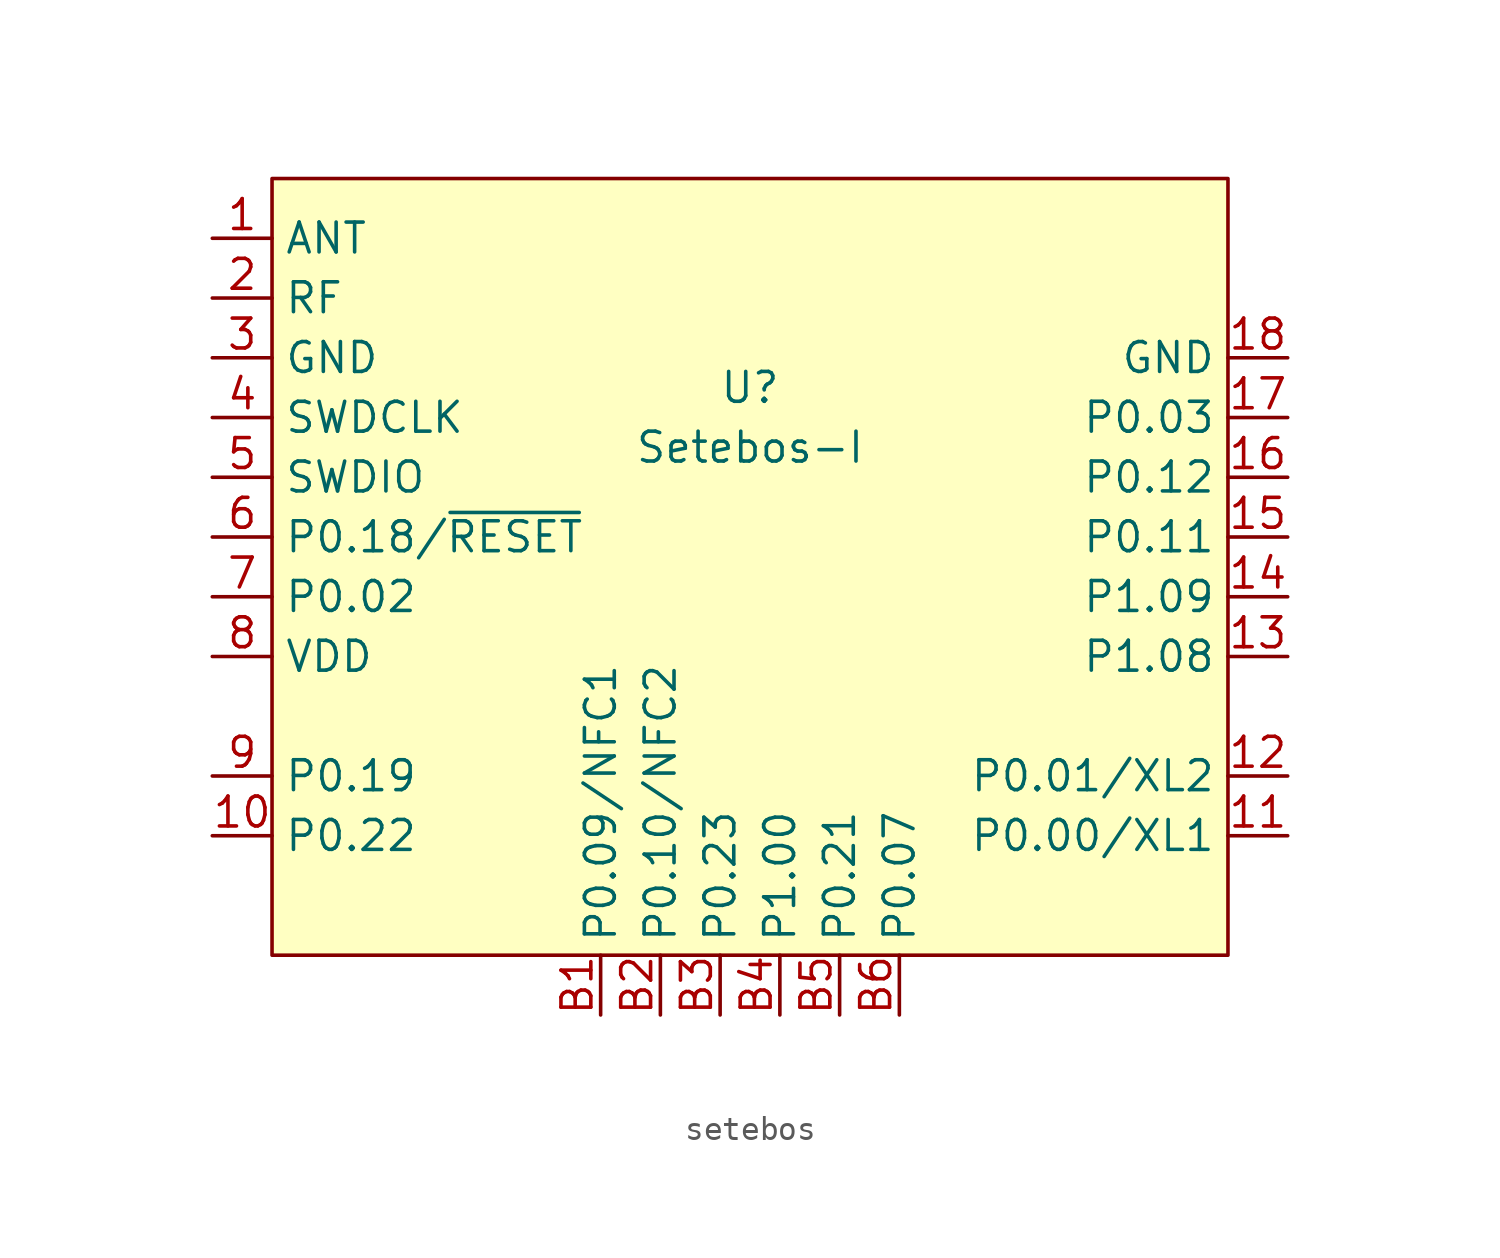
<source format=kicad_sym>
(kicad_symbol_lib
  (version 20220914)
  (generator kicad_symbol_editor)
  (symbol "setebos"
    (property "Reference" "U"
      (at 0 5.08 0)
      (do_not_autoplace)
      (effects (font (size 1.27 1.27))))
    (property "Value" "Setebos-I"
      (at 0 2.54 0)
      (do_not_autoplace)
      (effects (font (size 1.27 1.27))))
    (symbol "setebos_1_0"
      (pin bidirectional line (at -22.86 -13.97 0) (length 2.54) (name "P0.22" (effects (font (size 1.27 1.27)))) (number "10" (effects (font (size 1.27 1.27)))))
      (pin bidirectional line (at 22.86 -13.97 180) (length 2.54) (name "P0.00/XL1" (effects (font (size 1.27 1.27)))) (number "11" (effects (font (size 1.27 1.27)))))
      (pin bidirectional line (at 22.86 -11.43 180) (length 2.54) (name "P0.01/XL2" (effects (font (size 1.27 1.27)))) (number "12" (effects (font (size 1.27 1.27)))))
      (pin bidirectional line (at 22.86 -6.35 180) (length 2.54) (name "P1.08" (effects (font (size 1.27 1.27)))) (number "13" (effects (font (size 1.27 1.27)))))
      (pin bidirectional line (at 22.86 -3.81 180) (length 2.54) (name "P1.09" (effects (font (size 1.27 1.27)))) (number "14" (effects (font (size 1.27 1.27)))))
      (pin bidirectional line (at 22.86 -1.27 180) (length 2.54) (name "P0.11" (effects (font (size 1.27 1.27)))) (number "15" (effects (font (size 1.27 1.27)))))
      (pin bidirectional line (at 22.86 1.27 180) (length 2.54) (name "P0.12" (effects (font (size 1.27 1.27)))) (number "16" (effects (font (size 1.27 1.27)))))
      (pin bidirectional line (at 22.86 3.81 180) (length 2.54) (name "P0.03" (effects (font (size 1.27 1.27)))) (number "17" (effects (font (size 1.27 1.27)))))
      (pin power_in line (at 22.86 6.35 180) (length 2.54) (name "GND" (effects (font (size 1.27 1.27)))) (number "18" (effects (font (size 1.27 1.27)))))
      (pin output line (at -22.86 8.89 0) (length 2.54) (name "RF" (effects (font (size 1.27 1.27)))) (number "2" (effects (font (size 1.27 1.27)))))
      (pin power_in line (at -22.86 6.35 0) (length 2.54) (name "GND" (effects (font (size 1.27 1.27)))) (number "3" (effects (font (size 1.27 1.27)))))
      (pin input line (at -22.86 3.81 0) (length 2.54) (name "SWDCLK" (effects (font (size 1.27 1.27)))) (number "4" (effects (font (size 1.27 1.27)))))
      (pin input line (at -22.86 1.27 0) (length 2.54) (name "SWDIO" (effects (font (size 1.27 1.27)))) (number "5" (effects (font (size 1.27 1.27)))))
      (pin bidirectional line (at -22.86 -1.27 0) (length 2.54) (name "P0.18/~{RESET}" (effects (font (size 1.27 1.27)))) (number "6" (effects (font (size 1.27 1.27)))))
      (pin bidirectional line (at -22.86 -3.81 0) (length 2.54) (name "P0.02" (effects (font (size 1.27 1.27)))) (number "7" (effects (font (size 1.27 1.27)))))
      (pin power_in line (at -22.86 -6.35 0) (length 2.54) (name "VDD" (effects (font (size 1.27 1.27)))) (number "8" (effects (font (size 1.27 1.27)))))
      (pin bidirectional line (at -22.86 -11.43 0) (length 2.54) (name "P0.19" (effects (font (size 1.27 1.27)))) (number "9" (effects (font (size 1.27 1.27)))))
      (pin bidirectional line (at -6.35 -21.59 90) (length 2.54) (name "P0.09/NFC1" (effects (font (size 1.27 1.27)))) (number "B1" (effects (font (size 1.27 1.27)))))
      (pin bidirectional line (at -3.81 -21.59 90) (length 2.54) (name "P0.10/NFC2" (effects (font (size 1.27 1.27)))) (number "B2" (effects (font (size 1.27 1.27)))))
      (pin bidirectional line (at -1.27 -21.59 90) (length 2.54) (name "P0.23" (effects (font (size 1.27 1.27)))) (number "B3" (effects (font (size 1.27 1.27)))))
      (pin bidirectional line (at 1.27 -21.59 90) (length 2.54) (name "P1.00" (effects (font (size 1.27 1.27)))) (number "B4" (effects (font (size 1.27 1.27)))))
      (pin bidirectional line (at 3.81 -21.59 90) (length 2.54) (name "P0.21" (effects (font (size 1.27 1.27)))) (number "B5" (effects (font (size 1.27 1.27)))))
      (pin bidirectional line (at 6.35 -21.59 90) (length 2.54) (name "P0.07" (effects (font (size 1.27 1.27)))) (number "B6" (effects (font (size 1.27 1.27))))))
    (symbol "setebos_1_1"
      (rectangle (start -20.32 13.97) (end 20.32 -19.05) (stroke (width 0) (type default)) (fill (type background)))
      (pin output line (at -22.86 11.43 0) (length 2.54) (name "ANT" (effects (font (size 1.27 1.27)))) (number "1" (effects (font (size 1.27 1.27))))))))
</source>
